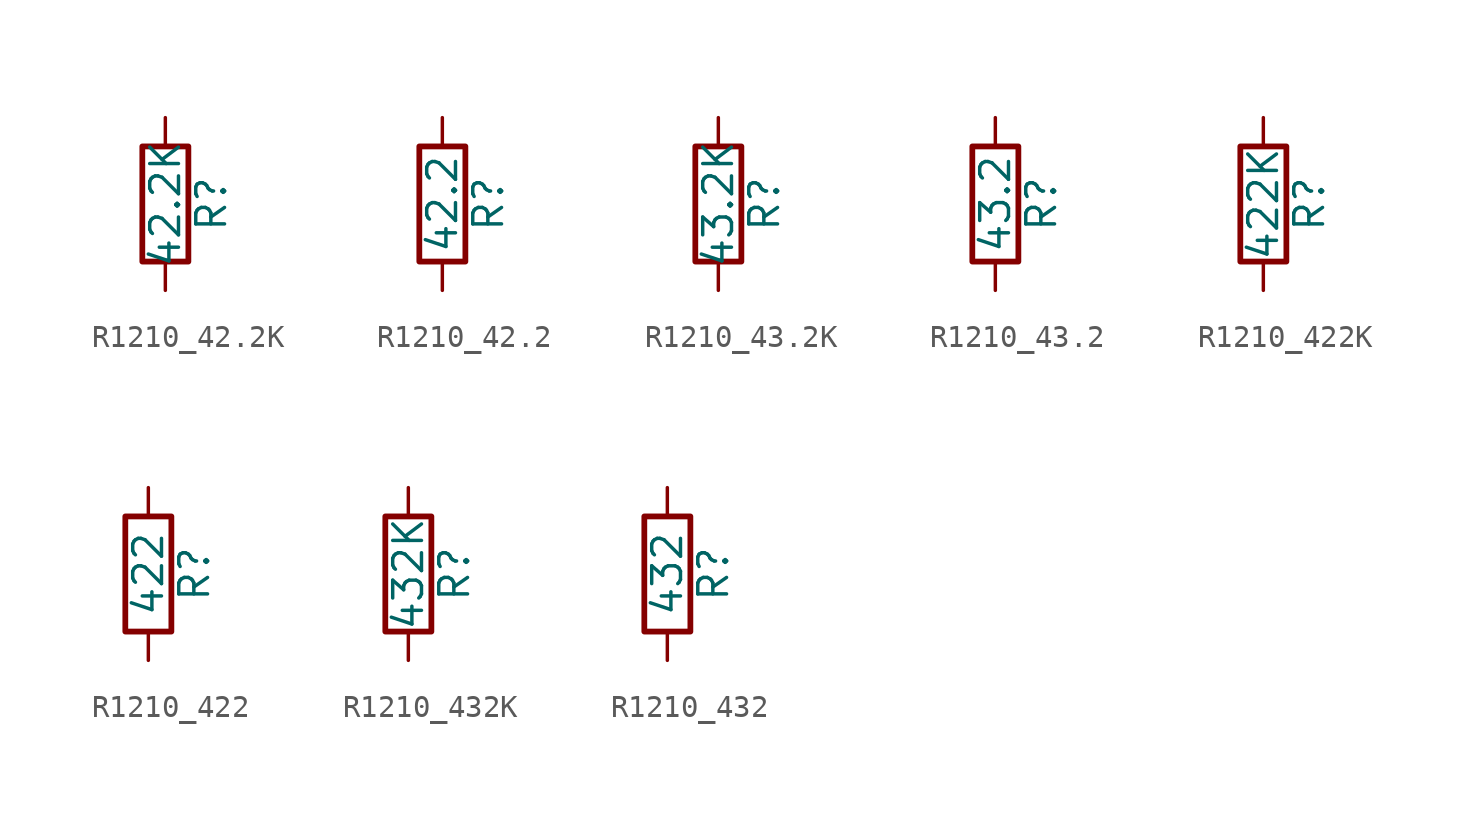
<source format=kicad_sym>
(kicad_symbol_lib
  (version 20211014)
  (generator atlantix-eda)
  (symbol "R1210_42.2K"
    (pin_numbers hide)
    (pin_names
      (offset 0))
    (property "Reference" "R"
      (at 2.032 0 90)
      (effects (font (size 1.27 1.27))))
    (property "Value" "42.2K"
      (at 0 0 90)
      (effects (font (size 1.27 1.27))))
    (symbol "R1210_42.2K_0_1"
      (rectangle (start -1.016 -2.54) (end 1.016 2.54) (stroke (width 0.254) (type default) (color 0 0 0 0)) (fill (type none))))
    (symbol "R1210_42.2K_1_1"
      (pin passive line (at 0 3.81 270) (length 1.27) (name "~" (effects (font (size 1.27 1.27)))) (number "1" (effects (font (size 1.27 1.27)))))
      (pin passive line (at 0 -3.81 90) (length 1.27) (name "~" (effects (font (size 1.27 1.27)))) (number "2" (effects (font (size 1.27 1.27)))))))
  (symbol "R1210_42.2"
    (pin_numbers hide)
    (pin_names
      (offset 0))
    (property "Reference" "R"
      (at 2.032 0 90)
      (effects (font (size 1.27 1.27))))
    (property "Value" "42.2"
      (at 0 0 90)
      (effects (font (size 1.27 1.27))))
    (symbol "R1210_42.2_0_1"
      (rectangle (start -1.016 -2.54) (end 1.016 2.54) (stroke (width 0.254) (type default) (color 0 0 0 0)) (fill (type none))))
    (symbol "R1210_42.2_1_1"
      (pin passive line (at 0 3.81 270) (length 1.27) (name "~" (effects (font (size 1.27 1.27)))) (number "1" (effects (font (size 1.27 1.27)))))
      (pin passive line (at 0 -3.81 90) (length 1.27) (name "~" (effects (font (size 1.27 1.27)))) (number "2" (effects (font (size 1.27 1.27)))))))
  (symbol "R1210_43.2K"
    (pin_numbers hide)
    (pin_names
      (offset 0))
    (property "Reference" "R"
      (at 2.032 0 90)
      (effects (font (size 1.27 1.27))))
    (property "Value" "43.2K"
      (at 0 0 90)
      (effects (font (size 1.27 1.27))))
    (symbol "R1210_43.2K_0_1"
      (rectangle (start -1.016 -2.54) (end 1.016 2.54) (stroke (width 0.254) (type default) (color 0 0 0 0)) (fill (type none))))
    (symbol "R1210_43.2K_1_1"
      (pin passive line (at 0 3.81 270) (length 1.27) (name "~" (effects (font (size 1.27 1.27)))) (number "1" (effects (font (size 1.27 1.27)))))
      (pin passive line (at 0 -3.81 90) (length 1.27) (name "~" (effects (font (size 1.27 1.27)))) (number "2" (effects (font (size 1.27 1.27)))))))
  (symbol "R1210_43.2"
    (pin_numbers hide)
    (pin_names
      (offset 0))
    (property "Reference" "R"
      (at 2.032 0 90)
      (effects (font (size 1.27 1.27))))
    (property "Value" "43.2"
      (at 0 0 90)
      (effects (font (size 1.27 1.27))))
    (symbol "R1210_43.2_0_1"
      (rectangle (start -1.016 -2.54) (end 1.016 2.54) (stroke (width 0.254) (type default) (color 0 0 0 0)) (fill (type none))))
    (symbol "R1210_43.2_1_1"
      (pin passive line (at 0 3.81 270) (length 1.27) (name "~" (effects (font (size 1.27 1.27)))) (number "1" (effects (font (size 1.27 1.27)))))
      (pin passive line (at 0 -3.81 90) (length 1.27) (name "~" (effects (font (size 1.27 1.27)))) (number "2" (effects (font (size 1.27 1.27)))))))
  (symbol "R1210_422K"
    (pin_numbers hide)
    (pin_names
      (offset 0))
    (property "Reference" "R"
      (at 2.032 0 90)
      (effects (font (size 1.27 1.27))))
    (property "Value" "422K"
      (at 0 0 90)
      (effects (font (size 1.27 1.27))))
    (symbol "R1210_422K_0_1"
      (rectangle (start -1.016 -2.54) (end 1.016 2.54) (stroke (width 0.254) (type default) (color 0 0 0 0)) (fill (type none))))
    (symbol "R1210_422K_1_1"
      (pin passive line (at 0 3.81 270) (length 1.27) (name "~" (effects (font (size 1.27 1.27)))) (number "1" (effects (font (size 1.27 1.27)))))
      (pin passive line (at 0 -3.81 90) (length 1.27) (name "~" (effects (font (size 1.27 1.27)))) (number "2" (effects (font (size 1.27 1.27)))))))
  (symbol "R1210_422"
    (pin_numbers hide)
    (pin_names
      (offset 0))
    (property "Reference" "R"
      (at 2.032 0 90)
      (effects (font (size 1.27 1.27))))
    (property "Value" "422"
      (at 0 0 90)
      (effects (font (size 1.27 1.27))))
    (symbol "R1210_422_0_1"
      (rectangle (start -1.016 -2.54) (end 1.016 2.54) (stroke (width 0.254) (type default) (color 0 0 0 0)) (fill (type none))))
    (symbol "R1210_422_1_1"
      (pin passive line (at 0 3.81 270) (length 1.27) (name "~" (effects (font (size 1.27 1.27)))) (number "1" (effects (font (size 1.27 1.27)))))
      (pin passive line (at 0 -3.81 90) (length 1.27) (name "~" (effects (font (size 1.27 1.27)))) (number "2" (effects (font (size 1.27 1.27)))))))
  (symbol "R1210_432K"
    (pin_numbers hide)
    (pin_names
      (offset 0))
    (property "Reference" "R"
      (at 2.032 0 90)
      (effects (font (size 1.27 1.27))))
    (property "Value" "432K"
      (at 0 0 90)
      (effects (font (size 1.27 1.27))))
    (symbol "R1210_432K_0_1"
      (rectangle (start -1.016 -2.54) (end 1.016 2.54) (stroke (width 0.254) (type default) (color 0 0 0 0)) (fill (type none))))
    (symbol "R1210_432K_1_1"
      (pin passive line (at 0 3.81 270) (length 1.27) (name "~" (effects (font (size 1.27 1.27)))) (number "1" (effects (font (size 1.27 1.27)))))
      (pin passive line (at 0 -3.81 90) (length 1.27) (name "~" (effects (font (size 1.27 1.27)))) (number "2" (effects (font (size 1.27 1.27)))))))
  (symbol "R1210_432"
    (pin_numbers hide)
    (pin_names
      (offset 0))
    (property "Reference" "R"
      (at 2.032 0 90)
      (effects (font (size 1.27 1.27))))
    (property "Value" "432"
      (at 0 0 90)
      (effects (font (size 1.27 1.27))))
    (symbol "R1210_432_0_1"
      (rectangle (start -1.016 -2.54) (end 1.016 2.54) (stroke (width 0.254) (type default) (color 0 0 0 0)) (fill (type none))))
    (symbol "R1210_432_1_1"
      (pin passive line (at 0 3.81 270) (length 1.27) (name "~" (effects (font (size 1.27 1.27)))) (number "1" (effects (font (size 1.27 1.27)))))
      (pin passive line (at 0 -3.81 90) (length 1.27) (name "~" (effects (font (size 1.27 1.27)))) (number "2" (effects (font (size 1.27 1.27))))))))
</source>
